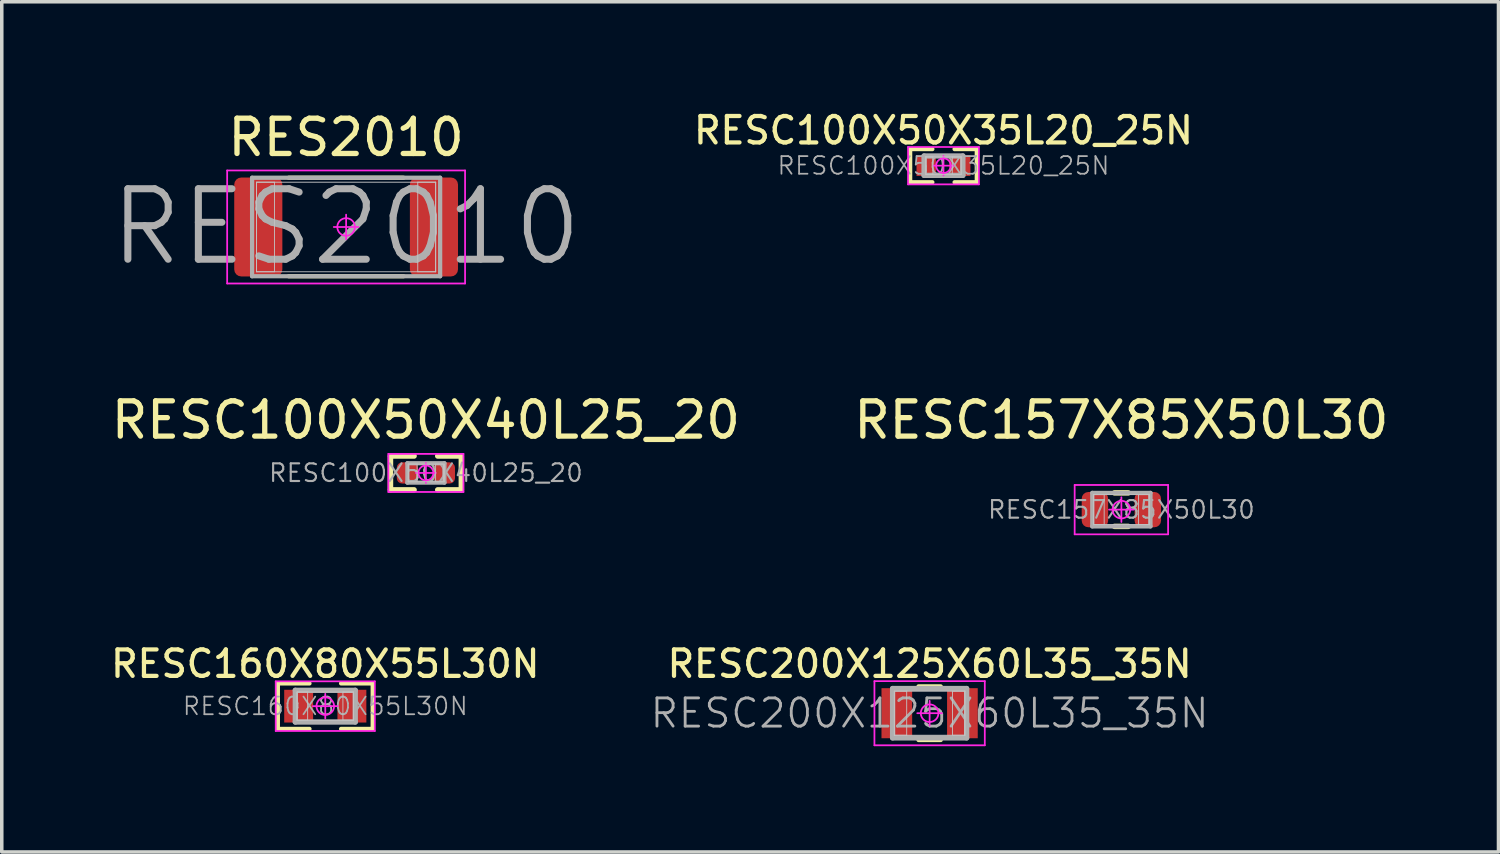
<source format=kicad_pcb>
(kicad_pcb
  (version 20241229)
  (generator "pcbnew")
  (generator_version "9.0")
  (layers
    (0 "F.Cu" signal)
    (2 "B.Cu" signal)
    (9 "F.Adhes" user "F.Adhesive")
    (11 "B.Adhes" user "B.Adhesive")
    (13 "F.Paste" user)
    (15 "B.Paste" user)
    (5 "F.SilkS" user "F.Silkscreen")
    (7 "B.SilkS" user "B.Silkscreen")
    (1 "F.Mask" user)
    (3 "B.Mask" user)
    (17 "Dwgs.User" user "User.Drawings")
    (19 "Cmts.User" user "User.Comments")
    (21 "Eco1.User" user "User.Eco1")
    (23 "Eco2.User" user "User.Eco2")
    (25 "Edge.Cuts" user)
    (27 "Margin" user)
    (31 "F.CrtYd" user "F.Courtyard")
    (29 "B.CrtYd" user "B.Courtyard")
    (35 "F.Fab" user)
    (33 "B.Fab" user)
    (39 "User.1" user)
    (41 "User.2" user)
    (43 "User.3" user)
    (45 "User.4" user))
  (footprint "RES2010"
    (layer "F.Cu")
    (at 6.767 3.388)
    (property "Reference" "RES2010" (at 0 -2.54 0) (layer "F.SilkS") (effects (font (size 1 1) (thickness 0.15))))
    (attr smd)
    (fp_line (start -1.628 -1.397) (end 1.628 -1.397) (stroke (width 0.12) (type solid)) (layer "F.SilkS"))
    (fp_line (start -1.628 1.397) (end 1.628 1.397) (stroke (width 0.12) (type solid)) (layer "F.SilkS"))
    (fp_line (start -2.54 -1.27) (end -2.032 -1.27) (stroke (width 0.025) (type solid)) (layer "Dwgs.User"))
    (fp_line (start -2.54 -1.27) (end 2.54 -1.27) (stroke (width 0.025) (type solid)) (layer "Dwgs.User"))
    (fp_line (start -2.54 1.27) (end -2.54 -1.27) (stroke (width 0.025) (type solid)) (layer "Dwgs.User"))
    (fp_line (start -2.54 1.27) (end -2.54 -1.27) (stroke (width 0.025) (type solid)) (layer "Dwgs.User"))
    (fp_line (start -2.032 -1.27) (end -2.032 1.27) (stroke (width 0.025) (type solid)) (layer "Dwgs.User"))
    (fp_line (start -2.032 1.27) (end -2.54 1.27) (stroke (width 0.025) (type solid)) (layer "Dwgs.User"))
    (fp_line (start 2.032 -1.27) (end 2.54 -1.27) (stroke (width 0.025) (type solid)) (layer "Dwgs.User"))
    (fp_line (start 2.032 1.27) (end 2.032 -1.27) (stroke (width 0.025) (type solid)) (layer "Dwgs.User"))
    (fp_line (start 2.54 -1.27) (end 2.54 1.27) (stroke (width 0.025) (type solid)) (layer "Dwgs.User"))
    (fp_line (start 2.54 -1.27) (end 2.54 1.27) (stroke (width 0.025) (type solid)) (layer "Dwgs.User"))
    (fp_line (start 2.54 1.27) (end -2.54 1.27) (stroke (width 0.025) (type solid)) (layer "Dwgs.User"))
    (fp_line (start 2.54 1.27) (end 2.032 1.27) (stroke (width 0.025) (type solid)) (layer "Dwgs.User"))
    (fp_line (start -3.374 -1.603) (end 3.374 -1.603) (stroke (width 0.05) (type solid)) (layer "F.CrtYd"))
    (fp_line (start -3.374 1.603) (end -3.374 -1.603) (stroke (width 0.05) (type solid)) (layer "F.CrtYd"))
    (fp_line (start 0 -0.35) (end 0 0.35) (stroke (width 0.05) (type solid)) (layer "F.CrtYd"))
    (fp_line (start 0.35 0) (end -0.35 0) (stroke (width 0.05) (type solid)) (layer "F.CrtYd"))
    (fp_line (start 3.374 -1.603) (end 3.374 1.603) (stroke (width 0.05) (type solid)) (layer "F.CrtYd"))
    (fp_line (start 3.374 1.603) (end -3.374 1.603) (stroke (width 0.05) (type solid)) (layer "F.CrtYd"))
    (fp_circle (center 0 0) (end 0 0.25) (stroke (width 0.05) (type solid)) (fill no) (layer "F.CrtYd"))
    (fp_line (start -2.667 -1.397) (end 2.667 -1.397) (stroke (width 0.12) (type solid)) (layer "F.Fab"))
    (fp_line (start -2.667 1.397) (end -2.667 -1.397) (stroke (width 0.12) (type solid)) (layer "F.Fab"))
    (fp_line (start 2.667 -1.397) (end 2.667 1.397) (stroke (width 0.12) (type solid)) (layer "F.Fab"))
    (fp_line (start 2.667 1.397) (end -2.667 1.397) (stroke (width 0.12) (type solid)) (layer "F.Fab"))
    (fp_text user "${REFERENCE}" (at 0 0 0) (layer "F.Fab") (effects (font (size 2 2) (thickness 0.2))))
    (pad "1" smd roundrect (at -2.491 0) (size 1.365 2.806) (layers "F.Cu" "F.Mask" "F.Paste") (roundrect_rratio 0.146))
    (pad "2" smd roundrect (at 2.491 0) (size 1.365 2.806) (layers "F.Cu" "F.Mask" "F.Paste") (roundrect_rratio 0.146)))
  (footprint "RESC160X80X55L30N"
    (layer "F.Cu")
    (at 6.176 16.979)
    (property "Reference" "RESC160X80X55L30N" (at 0 -1.2 0) (layer "F.SilkS") (effects (font (size 0.75 0.75) (thickness 0.12))))
    (attr smd)
    (fp_line (start -1.345 -0.645) (end -0.448 -0.645) (stroke (width 0.12) (type solid)) (layer "F.SilkS"))
    (fp_line (start -1.345 0.645) (end -1.345 -0.645) (stroke (width 0.12) (type solid)) (layer "F.SilkS"))
    (fp_line (start -0.448 0.645) (end -1.345 0.645) (stroke (width 0.12) (type solid)) (layer "F.SilkS"))
    (fp_line (start 0.448 0.645) (end 1.345 0.645) (stroke (width 0.12) (type solid)) (layer "F.SilkS"))
    (fp_line (start 1.345 -0.645) (end 0.448 -0.645) (stroke (width 0.12) (type solid)) (layer "F.SilkS"))
    (fp_line (start 1.345 0.645) (end 1.345 -0.645) (stroke (width 0.12) (type solid)) (layer "F.SilkS"))
    (fp_line (start -0.8 -0.4) (end -0.5 -0.4) (stroke (width 0.025) (type solid)) (layer "Dwgs.User"))
    (fp_line (start -0.8 -0.4) (end 0.8 -0.4) (stroke (width 0.025) (type solid)) (layer "Dwgs.User"))
    (fp_line (start -0.8 0.4) (end -0.8 -0.4) (stroke (width 0.025) (type solid)) (layer "Dwgs.User"))
    (fp_line (start -0.8 0.4) (end -0.8 -0.4) (stroke (width 0.025) (type solid)) (layer "Dwgs.User"))
    (fp_line (start -0.5 -0.4) (end -0.5 0.4) (stroke (width 0.025) (type solid)) (layer "Dwgs.User"))
    (fp_line (start -0.5 0.4) (end -0.8 0.4) (stroke (width 0.025) (type solid)) (layer "Dwgs.User"))
    (fp_line (start 0.5 -0.4) (end 0.8 -0.4) (stroke (width 0.025) (type solid)) (layer "Dwgs.User"))
    (fp_line (start 0.5 0.4) (end 0.5 -0.4) (stroke (width 0.025) (type solid)) (layer "Dwgs.User"))
    (fp_line (start 0.8 -0.4) (end 0.8 0.4) (stroke (width 0.025) (type solid)) (layer "Dwgs.User"))
    (fp_line (start 0.8 -0.4) (end 0.8 0.4) (stroke (width 0.025) (type solid)) (layer "Dwgs.User"))
    (fp_line (start 0.8 0.4) (end -0.8 0.4) (stroke (width 0.025) (type solid)) (layer "Dwgs.User"))
    (fp_line (start 0.8 0.4) (end 0.5 0.4) (stroke (width 0.025) (type solid)) (layer "Dwgs.User"))
    (fp_line (start -1.405 -0.704) (end 1.405 -0.704) (stroke (width 0.05) (type solid)) (layer "F.CrtYd"))
    (fp_line (start -1.405 0.704) (end -1.405 -0.704) (stroke (width 0.05) (type solid)) (layer "F.CrtYd"))
    (fp_line (start 0 -0.35) (end 0 0.35) (stroke (width 0.05) (type solid)) (layer "F.CrtYd"))
    (fp_line (start 0.35 0) (end -0.35 0) (stroke (width 0.05) (type solid)) (layer "F.CrtYd"))
    (fp_line (start 1.405 -0.704) (end 1.405 0.704) (stroke (width 0.05) (type solid)) (layer "F.CrtYd"))
    (fp_line (start 1.405 0.704) (end -1.405 0.704) (stroke (width 0.05) (type solid)) (layer "F.CrtYd"))
    (fp_circle (center 0 0) (end 0 0.25) (stroke (width 0.05) (type solid)) (fill no) (layer "F.CrtYd"))
    (fp_line (start -0.85 -0.45) (end 0.85 -0.45) (stroke (width 0.15) (type solid)) (layer "F.Fab"))
    (fp_line (start -0.85 0.45) (end -0.85 -0.45) (stroke (width 0.15) (type solid)) (layer "F.Fab"))
    (fp_line (start 0.85 -0.45) (end 0.85 0.45) (stroke (width 0.15) (type solid)) (layer "F.Fab"))
    (fp_line (start 0.85 0.45) (end -0.85 0.45) (stroke (width 0.15) (type solid)) (layer "F.Fab"))
    (fp_text user "${REFERENCE}" (at 0 0 0) (layer "F.Fab") (effects (font (size 0.5 0.5) (thickness 0.05))))
    (pad "1" smd rect (at -0.755 0) (size 0.82 0.929) (layers "F.Cu" "F.Mask" "F.Paste"))
    (pad "2" smd rect (at 0.755 0) (size 0.82 0.929) (layers "F.Cu" "F.Mask" "F.Paste")))
  (footprint "RESC200X125X60L35_35N"
    (layer "F.Cu")
    (at 23.317 17.179)
    (property "Reference" "RESC200X125X60L35_35N" (at 0 -1.4 0) (layer "F.SilkS") (effects (font (size 0.75 0.75) (thickness 0.12))))
    (attr smd)
    (fp_line (start -0.315 -0.76) (end 0.315 -0.76) (stroke (width 0.12) (type solid)) (layer "F.SilkS"))
    (fp_line (start -0.315 0.76) (end 0.315 0.76) (stroke (width 0.12) (type solid)) (layer "F.SilkS"))
    (fp_line (start -1 -0.625) (end -0.65 -0.625) (stroke (width 0.025) (type solid)) (layer "Dwgs.User"))
    (fp_line (start -1 -0.625) (end 1 -0.625) (stroke (width 0.025) (type solid)) (layer "Dwgs.User"))
    (fp_line (start -1 0.625) (end -1 -0.625) (stroke (width 0.025) (type solid)) (layer "Dwgs.User"))
    (fp_line (start -1 0.625) (end -1 -0.625) (stroke (width 0.025) (type solid)) (layer "Dwgs.User"))
    (fp_line (start -0.65 -0.625) (end -0.65 0.625) (stroke (width 0.025) (type solid)) (layer "Dwgs.User"))
    (fp_line (start -0.65 0.625) (end -1 0.625) (stroke (width 0.025) (type solid)) (layer "Dwgs.User"))
    (fp_line (start 0.65 -0.625) (end 1 -0.625) (stroke (width 0.025) (type solid)) (layer "Dwgs.User"))
    (fp_line (start 0.65 0.625) (end 0.65 -0.625) (stroke (width 0.025) (type solid)) (layer "Dwgs.User"))
    (fp_line (start 1 -0.625) (end 1 0.625) (stroke (width 0.025) (type solid)) (layer "Dwgs.User"))
    (fp_line (start 1 -0.625) (end 1 0.625) (stroke (width 0.025) (type solid)) (layer "Dwgs.User"))
    (fp_line (start 1 0.625) (end -1 0.625) (stroke (width 0.025) (type solid)) (layer "Dwgs.User"))
    (fp_line (start 1 0.625) (end 0.65 0.625) (stroke (width 0.025) (type solid)) (layer "Dwgs.User"))
    (fp_line (start -1.565 -0.91) (end 1.565 -0.91) (stroke (width 0.05) (type solid)) (layer "F.CrtYd"))
    (fp_line (start -1.565 0.91) (end -1.565 -0.91) (stroke (width 0.05) (type solid)) (layer "F.CrtYd"))
    (fp_line (start 0 -0.35) (end 0 0.35) (stroke (width 0.05) (type solid)) (layer "F.CrtYd"))
    (fp_line (start 0.35 0) (end -0.35 0) (stroke (width 0.05) (type solid)) (layer "F.CrtYd"))
    (fp_line (start 1.565 -0.91) (end 1.565 0.91) (stroke (width 0.05) (type solid)) (layer "F.CrtYd"))
    (fp_line (start 1.565 0.91) (end -1.565 0.91) (stroke (width 0.05) (type solid)) (layer "F.CrtYd"))
    (fp_circle (center 0 0) (end 0 0.25) (stroke (width 0.05) (type solid)) (fill no) (layer "F.CrtYd"))
    (fp_line (start -1.05 -0.7) (end 1.05 -0.7) (stroke (width 0.15) (type solid)) (layer "F.Fab"))
    (fp_line (start -1.05 0.7) (end -1.05 -0.7) (stroke (width 0.15) (type solid)) (layer "F.Fab"))
    (fp_line (start 1.05 -0.7) (end 1.05 0.7) (stroke (width 0.15) (type solid)) (layer "F.Fab"))
    (fp_line (start 1.05 0.7) (end -1.05 0.7) (stroke (width 0.15) (type solid)) (layer "F.Fab"))
    (fp_text user "${REFERENCE}" (at 0 0 0) (layer "F.Fab") (effects (font (size 0.8 0.8) (thickness 0.08))))
    (pad "1" smd rect (at -0.93 0) (size 0.87 1.42) (layers "F.Cu" "F.Mask" "F.Paste"))
    (pad "2" smd rect (at 0.93 0) (size 0.87 1.42) (layers "F.Cu" "F.Mask" "F.Paste")))
  (footprint "RESC157X85X50L30"
    (layer "F.Cu")
    (at 28.756 11.405)
    (property "Reference" "RESC157X85X50L30" (at 0 -2.54 0) (layer "F.SilkS") (effects (font (size 1 1) (thickness 0.15))))
    (attr smd)
    (fp_line (start -0.195 -0.475) (end 0.195 -0.475) (stroke (width 0.155) (type solid)) (layer "F.SilkS"))
    (fp_line (start -0.195 0.475) (end 0.195 0.475) (stroke (width 0.155) (type solid)) (layer "F.SilkS"))
    (fp_line (start -0.788 -0.425) (end -0.488 -0.425) (stroke (width 0.025) (type solid)) (layer "Dwgs.User"))
    (fp_line (start -0.788 -0.425) (end 0.788 -0.425) (stroke (width 0.025) (type solid)) (layer "Dwgs.User"))
    (fp_line (start -0.788 0.425) (end -0.788 -0.425) (stroke (width 0.025) (type solid)) (layer "Dwgs.User"))
    (fp_line (start -0.788 0.425) (end -0.788 -0.425) (stroke (width 0.025) (type solid)) (layer "Dwgs.User"))
    (fp_line (start -0.488 -0.425) (end -0.488 0.425) (stroke (width 0.025) (type solid)) (layer "Dwgs.User"))
    (fp_line (start -0.488 0.425) (end -0.788 0.425) (stroke (width 0.025) (type solid)) (layer "Dwgs.User"))
    (fp_line (start 0.488 -0.425) (end 0.788 -0.425) (stroke (width 0.025) (type solid)) (layer "Dwgs.User"))
    (fp_line (start 0.488 0.425) (end 0.488 -0.425) (stroke (width 0.025) (type solid)) (layer "Dwgs.User"))
    (fp_line (start 0.788 -0.425) (end 0.788 0.425) (stroke (width 0.025) (type solid)) (layer "Dwgs.User"))
    (fp_line (start 0.788 -0.425) (end 0.788 0.425) (stroke (width 0.025) (type solid)) (layer "Dwgs.User"))
    (fp_line (start 0.788 0.425) (end -0.788 0.425) (stroke (width 0.025) (type solid)) (layer "Dwgs.User"))
    (fp_line (start 0.788 0.425) (end 0.488 0.425) (stroke (width 0.025) (type solid)) (layer "Dwgs.User"))
    (fp_line (start -1.325 -0.7) (end 1.325 -0.7) (stroke (width 0.05) (type solid)) (layer "F.CrtYd"))
    (fp_line (start -1.325 0.7) (end -1.325 -0.7) (stroke (width 0.05) (type solid)) (layer "F.CrtYd"))
    (fp_line (start 0 -0.35) (end 0 0.35) (stroke (width 0.05) (type solid)) (layer "F.CrtYd"))
    (fp_line (start 0.35 0) (end -0.35 0) (stroke (width 0.05) (type solid)) (layer "F.CrtYd"))
    (fp_line (start 1.325 -0.7) (end 1.325 0.7) (stroke (width 0.05) (type solid)) (layer "F.CrtYd"))
    (fp_line (start 1.325 0.7) (end -1.325 0.7) (stroke (width 0.05) (type solid)) (layer "F.CrtYd"))
    (fp_circle (center 0 0) (end 0 0.25) (stroke (width 0.05) (type solid)) (fill no) (layer "F.CrtYd"))
    (fp_line (start -0.825 -0.475) (end 0.825 -0.475) (stroke (width 0.12) (type solid)) (layer "F.Fab"))
    (fp_line (start -0.825 0.475) (end -0.825 -0.475) (stroke (width 0.12) (type solid)) (layer "F.Fab"))
    (fp_line (start 0.825 -0.475) (end 0.825 0.475) (stroke (width 0.12) (type solid)) (layer "F.Fab"))
    (fp_line (start 0.825 0.475) (end -0.825 0.475) (stroke (width 0.12) (type solid)) (layer "F.Fab"))
    (fp_text user "${REFERENCE}" (at 0 0 0) (layer "F.Fab") (effects (font (size 0.5 0.5) (thickness 0.06))))
    (pad "1" smd roundrect (at -0.75 0) (size 0.75 1) (layers "F.Cu" "F.Mask" "F.Paste") (roundrect_rratio 0.251))
    (pad "2" smd roundrect (at 0.75 0) (size 0.75 1) (layers "F.Cu" "F.Mask" "F.Paste") (roundrect_rratio 0.251)))
  (footprint "RESC100X50X35L20_25N"
    (layer "F.Cu")
    (at 23.71 1.649)
    (property "Reference" "RESC100X50X35L20_25N" (at 0 -1 0) (layer "F.SilkS") (effects (font (size 0.75 0.75) (thickness 0.12))))
    (attr smd)
    (fp_line (start -0.945 -0.47) (end -0.315 -0.47) (stroke (width 0.12) (type solid)) (layer "F.SilkS"))
    (fp_line (start -0.945 0.47) (end -0.945 -0.47) (stroke (width 0.12) (type solid)) (layer "F.SilkS"))
    (fp_line (start -0.315 0.47) (end -0.945 0.47) (stroke (width 0.12) (type solid)) (layer "F.SilkS"))
    (fp_line (start 0.315 0.47) (end 0.945 0.47) (stroke (width 0.12) (type solid)) (layer "F.SilkS"))
    (fp_line (start 0.945 -0.47) (end 0.315 -0.47) (stroke (width 0.12) (type solid)) (layer "F.SilkS"))
    (fp_line (start 0.945 0.47) (end 0.945 -0.47) (stroke (width 0.12) (type solid)) (layer "F.SilkS"))
    (fp_line (start -0.5 -0.25) (end -0.3 -0.25) (stroke (width 0.025) (type solid)) (layer "Dwgs.User"))
    (fp_line (start -0.5 -0.25) (end 0.5 -0.25) (stroke (width 0.025) (type solid)) (layer "Dwgs.User"))
    (fp_line (start -0.5 0.25) (end -0.5 -0.25) (stroke (width 0.025) (type solid)) (layer "Dwgs.User"))
    (fp_line (start -0.5 0.25) (end -0.5 -0.25) (stroke (width 0.025) (type solid)) (layer "Dwgs.User"))
    (fp_line (start -0.3 -0.25) (end -0.3 0.25) (stroke (width 0.025) (type solid)) (layer "Dwgs.User"))
    (fp_line (start -0.3 0.25) (end -0.5 0.25) (stroke (width 0.025) (type solid)) (layer "Dwgs.User"))
    (fp_line (start 0.25 -0.25) (end 0.5 -0.25) (stroke (width 0.025) (type solid)) (layer "Dwgs.User"))
    (fp_line (start 0.25 0.25) (end 0.25 -0.25) (stroke (width 0.025) (type solid)) (layer "Dwgs.User"))
    (fp_line (start 0.5 -0.25) (end 0.5 0.25) (stroke (width 0.025) (type solid)) (layer "Dwgs.User"))
    (fp_line (start 0.5 -0.25) (end 0.5 0.25) (stroke (width 0.025) (type solid)) (layer "Dwgs.User"))
    (fp_line (start 0.5 0.25) (end -0.5 0.25) (stroke (width 0.025) (type solid)) (layer "Dwgs.User"))
    (fp_line (start 0.5 0.25) (end 0.25 0.25) (stroke (width 0.025) (type solid)) (layer "Dwgs.User"))
    (fp_line (start -1.005 -0.53) (end 1.005 -0.53) (stroke (width 0.05) (type solid)) (layer "F.CrtYd"))
    (fp_line (start -1.005 0.53) (end -1.005 -0.53) (stroke (width 0.05) (type solid)) (layer "F.CrtYd"))
    (fp_line (start 0 -0.278) (end 0 0.278) (stroke (width 0.05) (type solid)) (layer "F.CrtYd"))
    (fp_line (start 0.278 0) (end -0.278 0) (stroke (width 0.05) (type solid)) (layer "F.CrtYd"))
    (fp_line (start 1.005 -0.53) (end 1.005 0.53) (stroke (width 0.05) (type solid)) (layer "F.CrtYd"))
    (fp_line (start 1.005 0.53) (end -1.005 0.53) (stroke (width 0.05) (type solid)) (layer "F.CrtYd"))
    (fp_circle (center 0 0) (end 0 0.208) (stroke (width 0.05) (type solid)) (fill no) (layer "F.CrtYd"))
    (fp_line (start -0.55 -0.275) (end 0.55 -0.275) (stroke (width 0.15) (type solid)) (layer "F.Fab"))
    (fp_line (start -0.55 0.275) (end -0.55 -0.275) (stroke (width 0.15) (type solid)) (layer "F.Fab"))
    (fp_line (start 0.55 -0.275) (end 0.55 0.275) (stroke (width 0.15) (type solid)) (layer "F.Fab"))
    (fp_line (start 0.55 0.275) (end -0.55 0.275) (stroke (width 0.15) (type solid)) (layer "F.Fab"))
    (fp_text user "${REFERENCE}" (at 0 0 0) (layer "F.Fab") (effects (font (size 0.5 0.5) (thickness 0.05))))
    (pad "1" smd rect (at -0.49 0) (size 0.55 0.58) (layers "F.Cu" "F.Mask" "F.Paste"))
    (pad "2" smd rect (at 0.465 0) (size 0.6 0.58) (layers "F.Cu" "F.Mask" "F.Paste")))
  (footprint "RESC100X50X40L25_20"
    (layer "F.Cu")
    (at 9.03 10.364)
    (property "Reference" "RESC100X50X40L25_20" (at 0 -1.5 0) (layer "F.SilkS") (effects (font (size 1 1) (thickness 0.15))))
    (attr smd)
    (fp_line (start -1.005 -0.48) (end -0.335 -0.48) (stroke (width 0.155) (type solid)) (layer "F.SilkS"))
    (fp_line (start -1.005 0.48) (end -1.005 -0.48) (stroke (width 0.155) (type solid)) (layer "F.SilkS"))
    (fp_line (start -0.335 0.48) (end -1.005 0.48) (stroke (width 0.155) (type solid)) (layer "F.SilkS"))
    (fp_line (start 0.335 0.48) (end 1.005 0.48) (stroke (width 0.155) (type solid)) (layer "F.SilkS"))
    (fp_line (start 1.005 -0.48) (end 0.335 -0.48) (stroke (width 0.155) (type solid)) (layer "F.SilkS"))
    (fp_line (start 1.005 0.48) (end 1.005 -0.48) (stroke (width 0.155) (type solid)) (layer "F.SilkS"))
    (fp_line (start -0.5 -0.25) (end -0.25 -0.25) (stroke (width 0.025) (type solid)) (layer "Dwgs.User"))
    (fp_line (start -0.5 -0.25) (end 0.5 -0.25) (stroke (width 0.025) (type solid)) (layer "Dwgs.User"))
    (fp_line (start -0.5 0.25) (end -0.5 -0.25) (stroke (width 0.025) (type solid)) (layer "Dwgs.User"))
    (fp_line (start -0.5 0.25) (end -0.5 -0.25) (stroke (width 0.025) (type solid)) (layer "Dwgs.User"))
    (fp_line (start -0.25 -0.25) (end -0.25 0.25) (stroke (width 0.025) (type solid)) (layer "Dwgs.User"))
    (fp_line (start -0.25 0.25) (end -0.5 0.25) (stroke (width 0.025) (type solid)) (layer "Dwgs.User"))
    (fp_line (start 0.275 -0.25) (end 0.525 -0.25) (stroke (width 0.025) (type solid)) (layer "Dwgs.User"))
    (fp_line (start 0.275 0.25) (end 0.275 -0.25) (stroke (width 0.025) (type solid)) (layer "Dwgs.User"))
    (fp_line (start 0.5 -0.25) (end 0.5 0.25) (stroke (width 0.025) (type solid)) (layer "Dwgs.User"))
    (fp_line (start 0.5 0.25) (end -0.5 0.25) (stroke (width 0.025) (type solid)) (layer "Dwgs.User"))
    (fp_line (start 0.525 -0.25) (end 0.525 0.25) (stroke (width 0.025) (type solid)) (layer "Dwgs.User"))
    (fp_line (start 0.525 0.25) (end 0.275 0.25) (stroke (width 0.025) (type solid)) (layer "Dwgs.User"))
    (fp_line (start -1.065 -0.54) (end 1.065 -0.54) (stroke (width 0.05) (type solid)) (layer "F.CrtYd"))
    (fp_line (start -1.065 0.54) (end -1.065 -0.54) (stroke (width 0.05) (type solid)) (layer "F.CrtYd"))
    (fp_line (start 0 -0.283) (end 0 0.283) (stroke (width 0.05) (type solid)) (layer "F.CrtYd"))
    (fp_line (start 0.283 0) (end -0.283 0) (stroke (width 0.05) (type solid)) (layer "F.CrtYd"))
    (fp_line (start 1.065 -0.54) (end 1.065 0.54) (stroke (width 0.05) (type solid)) (layer "F.CrtYd"))
    (fp_line (start 1.065 0.54) (end -1.065 0.54) (stroke (width 0.05) (type solid)) (layer "F.CrtYd"))
    (fp_circle (center 0 0) (end 0 0.212) (stroke (width 0.05) (type solid)) (fill no) (layer "F.CrtYd"))
    (fp_line (start -0.525 -0.275) (end 0.525 -0.275) (stroke (width 0.12) (type solid)) (layer "F.Fab"))
    (fp_line (start -0.525 0.275) (end -0.525 -0.275) (stroke (width 0.12) (type solid)) (layer "F.Fab"))
    (fp_line (start 0.525 -0.275) (end 0.525 0.275) (stroke (width 0.12) (type solid)) (layer "F.Fab"))
    (fp_line (start 0.525 0.275) (end -0.525 0.275) (stroke (width 0.12) (type solid)) (layer "F.Fab"))
    (fp_text user "${REFERENCE}" (at 0 0 0) (layer "F.Fab") (effects (font (size 0.5 0.5) (thickness 0.06))))
    (pad "1" smd roundrect (at -0.525 0) (size 0.6 0.6) (layers "F.Cu" "F.Mask" "F.Paste") (roundrect_rratio 0.25))
    (pad "2" smd roundrect (at 0.525 0) (size 0.6 0.6) (layers "F.Cu" "F.Mask" "F.Paste") (roundrect_rratio 0.25)))
  (gr_rect
    (start -3 -3)
    (end 39.452 21.114)
    (stroke (width 0.1) (type default))
    (fill no)
    (layer "Edge.Cuts")))
</source>
